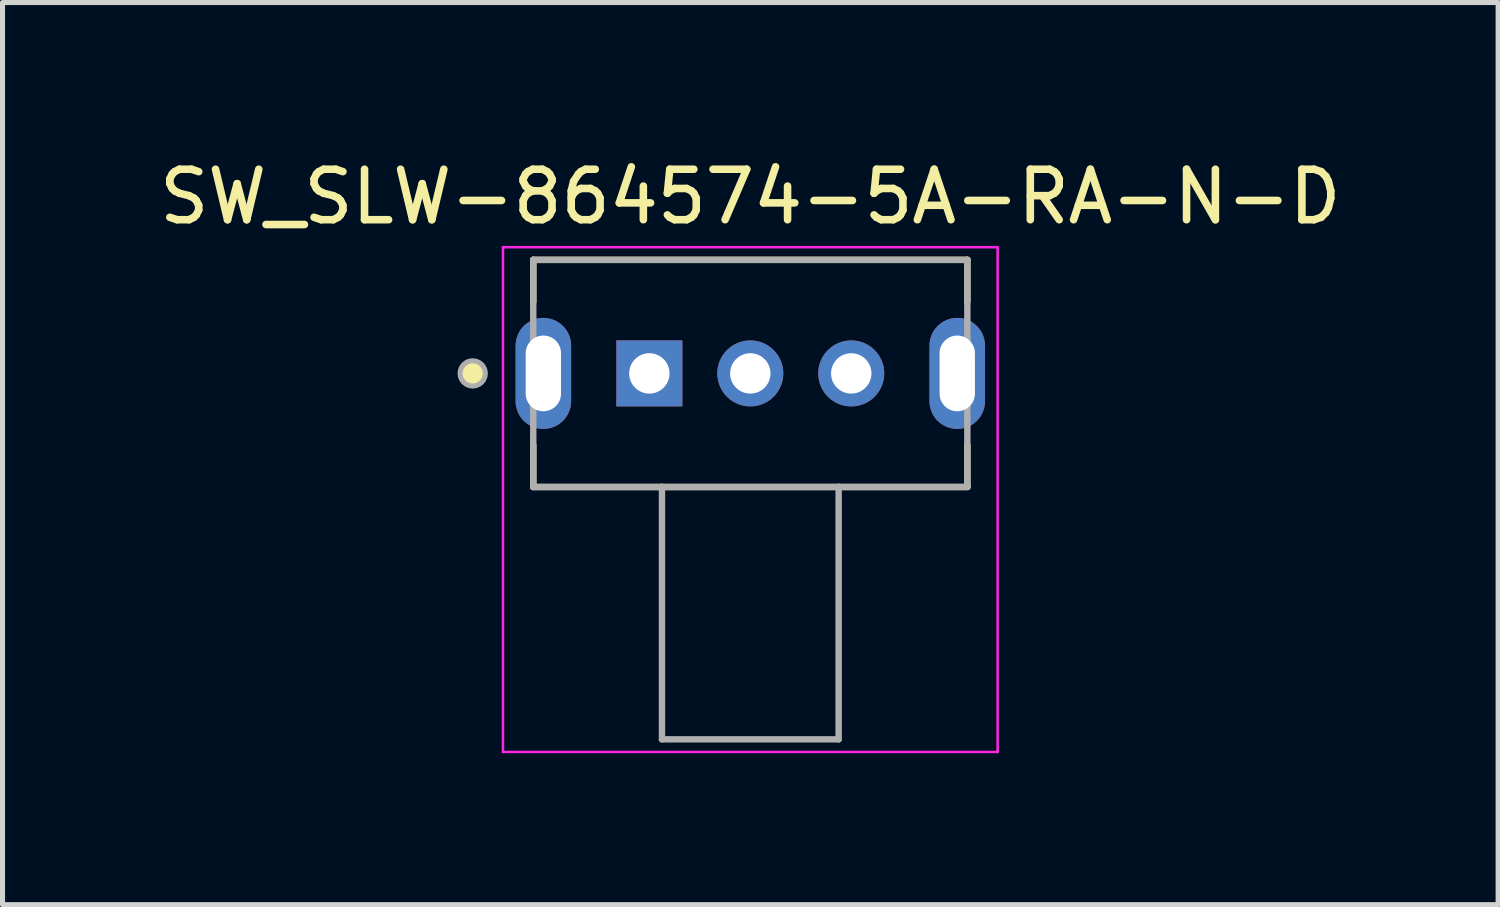
<source format=kicad_pcb>
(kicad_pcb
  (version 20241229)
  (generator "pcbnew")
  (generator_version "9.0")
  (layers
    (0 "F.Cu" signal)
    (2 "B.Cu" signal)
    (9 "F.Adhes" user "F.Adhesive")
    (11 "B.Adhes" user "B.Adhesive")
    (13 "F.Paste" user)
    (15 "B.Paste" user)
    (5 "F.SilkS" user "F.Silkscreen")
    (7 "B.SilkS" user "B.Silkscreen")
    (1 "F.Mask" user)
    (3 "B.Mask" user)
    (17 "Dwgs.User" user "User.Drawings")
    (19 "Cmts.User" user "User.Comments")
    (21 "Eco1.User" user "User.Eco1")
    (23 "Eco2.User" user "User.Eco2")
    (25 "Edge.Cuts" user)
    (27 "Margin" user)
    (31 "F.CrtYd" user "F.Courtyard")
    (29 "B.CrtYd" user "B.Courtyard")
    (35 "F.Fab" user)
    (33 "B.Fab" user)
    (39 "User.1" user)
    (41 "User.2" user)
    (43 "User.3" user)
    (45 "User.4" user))
  (footprint "SW_SLW-864574-5A-RA-N-D"
    (layer "F.Cu")
    (at 11.815 4.348)
    (property "Reference" "SW_SLW-864574-5A-RA-N-D" (at 0 -3.5 0) (layer "F.SilkS") (effects (font (size 1 1) (thickness 0.15))))
    (attr through_hole)
    (fp_line (start -4.3 -2.25) (end -4.3 -1.42) (stroke (width 0.127) (type solid)) (layer "F.SilkS"))
    (fp_line (start -4.3 2.25) (end -4.3 1.42) (stroke (width 0.127) (type solid)) (layer "F.SilkS"))
    (fp_line (start -4.3 2.25) (end -1.75 2.25) (stroke (width 0.127) (type solid)) (layer "F.SilkS"))
    (fp_line (start -1.75 2.25) (end 1.75 2.25) (stroke (width 0.127) (type solid)) (layer "F.SilkS"))
    (fp_line (start 1.75 2.25) (end 4.3 2.25) (stroke (width 0.127) (type solid)) (layer "F.SilkS"))
    (fp_line (start 4.3 -2.25) (end -4.3 -2.25) (stroke (width 0.127) (type solid)) (layer "F.SilkS"))
    (fp_line (start 4.3 -1.42) (end 4.3 -2.25) (stroke (width 0.127) (type solid)) (layer "F.SilkS"))
    (fp_line (start 4.3 2.25) (end 4.3 1.42) (stroke (width 0.127) (type solid)) (layer "F.SilkS"))
    (fp_circle (center -5.5 0) (end -5.25 0) (stroke (width 0) (type solid)) (fill yes) (layer "F.SilkS"))
    (fp_line (start -4.9 -2.5) (end -4.9 7.5) (stroke (width 0.05) (type solid)) (layer "F.CrtYd"))
    (fp_line (start -4.9 7.5) (end 4.9 7.5) (stroke (width 0.05) (type solid)) (layer "F.CrtYd"))
    (fp_line (start 4.9 -2.5) (end -4.9 -2.5) (stroke (width 0.05) (type solid)) (layer "F.CrtYd"))
    (fp_line (start 4.9 7.5) (end 4.9 -2.5) (stroke (width 0.05) (type solid)) (layer "F.CrtYd"))
    (fp_line (start -4.3 -2.25) (end -4.3 2.25) (stroke (width 0.127) (type solid)) (layer "F.Fab"))
    (fp_line (start -4.3 2.25) (end -1.75 2.25) (stroke (width 0.127) (type solid)) (layer "F.Fab"))
    (fp_line (start -1.75 2.25) (end -1.75 7.25) (stroke (width 0.127) (type solid)) (layer "F.Fab"))
    (fp_line (start -1.75 2.25) (end 1.75 2.25) (stroke (width 0.127) (type solid)) (layer "F.Fab"))
    (fp_line (start -1.75 7.25) (end 1.75 7.25) (stroke (width 0.127) (type solid)) (layer "F.Fab"))
    (fp_line (start 1.75 2.25) (end 4.3 2.25) (stroke (width 0.127) (type solid)) (layer "F.Fab"))
    (fp_line (start 1.75 7.25) (end 1.75 2.25) (stroke (width 0.127) (type solid)) (layer "F.Fab"))
    (fp_line (start 4.3 -2.25) (end -4.3 -2.25) (stroke (width 0.127) (type solid)) (layer "F.Fab"))
    (fp_line (start 4.3 2.25) (end 4.3 -2.25) (stroke (width 0.127) (type solid)) (layer "F.Fab"))
    (fp_circle (center -5.5 0) (end -5.25 0) (stroke (width 0.1) (type solid)) (fill no) (layer "F.Fab"))
    (pad "1" thru_hole rect (at -2 0) (size 1.308 1.308) (drill 0.8) (layers "*.Cu" "*.Mask"))
    (pad "2" thru_hole circle (at 0 0) (size 1.308 1.308) (drill 0.8) (layers "*.Cu" "*.Mask"))
    (pad "3" thru_hole circle (at 2 0) (size 1.308 1.308) (drill 0.8) (layers "*.Cu" "*.Mask"))
    (pad "SH1" thru_hole oval (at -4.1 0) (size 1.1 2.2) (drill oval 0.7 1.5) (layers "*.Cu" "*.Mask"))
    (pad "SH2" thru_hole oval (at 4.1 0) (size 1.1 2.2) (drill oval 0.7 1.5) (layers "*.Cu" "*.Mask")))
  (gr_rect
    (start -3 -3)
    (end 26.631 14.873)
    (stroke (width 0.1) (type default))
    (fill no)
    (layer "Edge.Cuts")))
</source>
